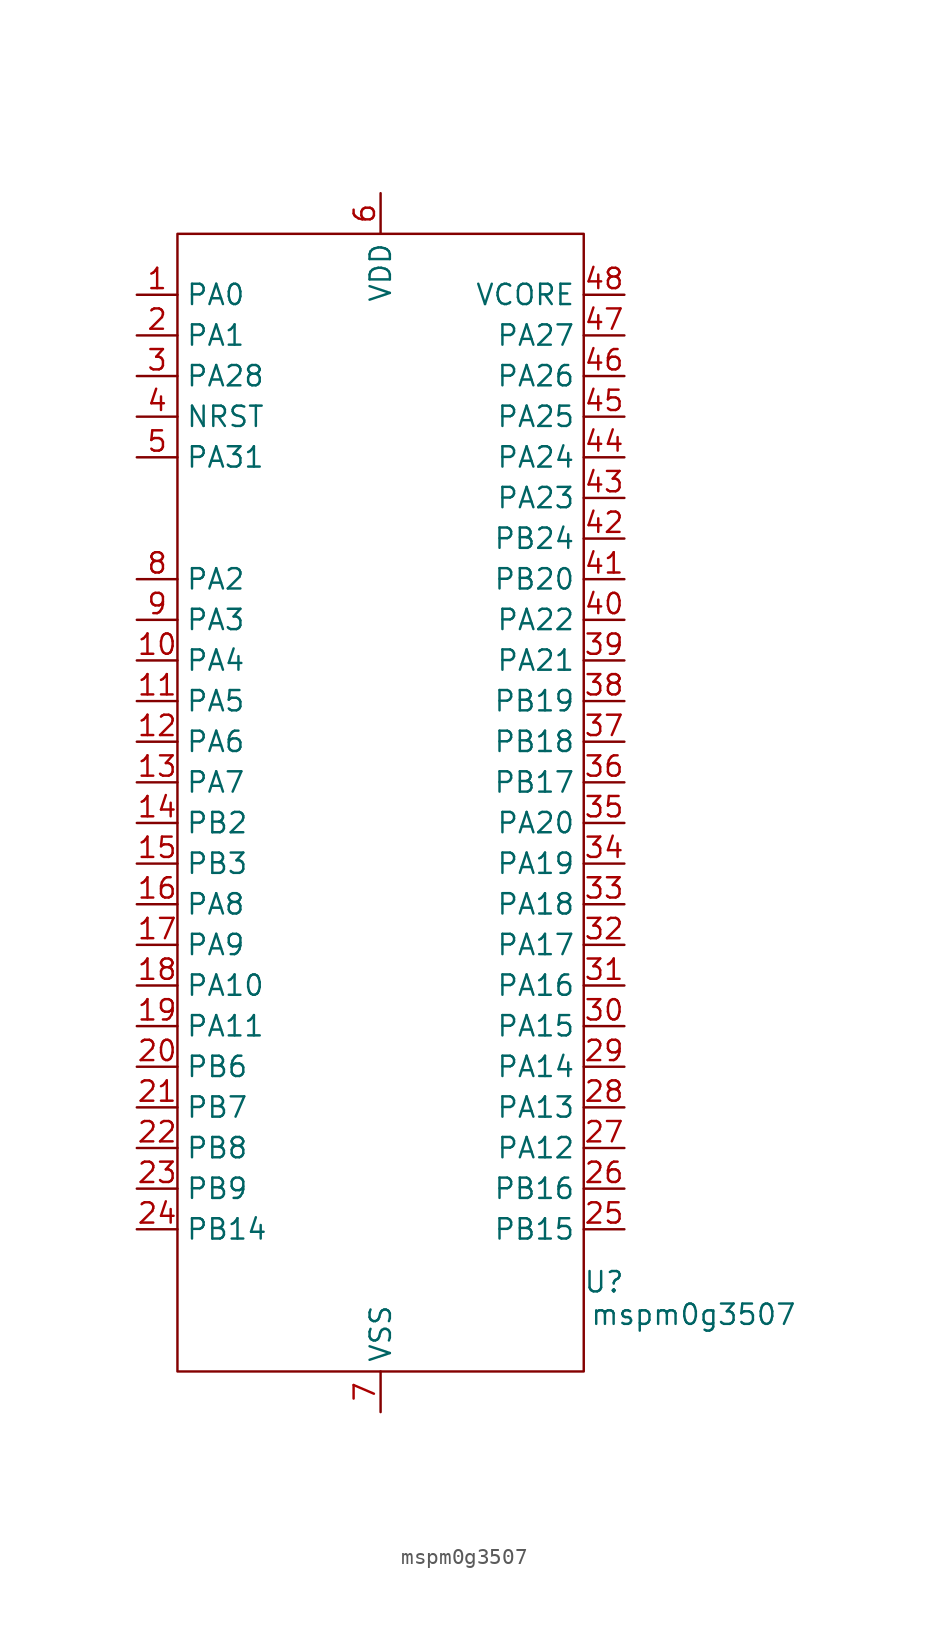
<source format=kicad_sym>
(kicad_symbol_lib
  (version 20241209)
  (generator "kicad_symbol_editor")
  (generator_version "9.0")
  (symbol "mspm0g3507"
    (property "Reference" "U"
      (at 13.97 -29.972 0)
      (effects (font (size 1.27 1.27))))
    (property "Value" "mspm0g3507"
      (at 19.558 -32.004 0)
      (effects (font (size 1.27 1.27))))
    (symbol "mspm0g3507_0_1"
      (rectangle (start -12.7 35.56) (end 12.7 -35.56) (stroke (width 0) (type default)) (fill (type none))))
    (symbol "mspm0g3507_1_1"
      (pin unspecified line (at -15.24 31.75 0) (length 2.54) (name "PA0" (effects (font (size 1.27 1.27)))) (number "1" (effects (font (size 1.27 1.27)))))
      (pin unspecified line (at -15.24 29.21 0) (length 2.54) (name "PA1" (effects (font (size 1.27 1.27)))) (number "2" (effects (font (size 1.27 1.27)))))
      (pin unspecified line (at -15.24 26.67 0) (length 2.54) (name "PA28" (effects (font (size 1.27 1.27)))) (number "3" (effects (font (size 1.27 1.27)))))
      (pin unspecified line (at -15.24 24.13 0) (length 2.54) (name "NRST" (effects (font (size 1.27 1.27)))) (number "4" (effects (font (size 1.27 1.27)))))
      (pin unspecified line (at -15.24 21.59 0) (length 2.54) (name "PA31" (effects (font (size 1.27 1.27)))) (number "5" (effects (font (size 1.27 1.27)))))
      (pin unspecified line (at -15.24 13.97 0) (length 2.54) (name "PA2" (effects (font (size 1.27 1.27)))) (number "8" (effects (font (size 1.27 1.27)))))
      (pin unspecified line (at -15.24 11.43 0) (length 2.54) (name "PA3" (effects (font (size 1.27 1.27)))) (number "9" (effects (font (size 1.27 1.27)))))
      (pin unspecified line (at -15.24 8.89 0) (length 2.54) (name "PA4" (effects (font (size 1.27 1.27)))) (number "10" (effects (font (size 1.27 1.27)))))
      (pin unspecified line (at -15.24 6.35 0) (length 2.54) (name "PA5" (effects (font (size 1.27 1.27)))) (number "11" (effects (font (size 1.27 1.27)))))
      (pin unspecified line (at -15.24 3.81 0) (length 2.54) (name "PA6" (effects (font (size 1.27 1.27)))) (number "12" (effects (font (size 1.27 1.27)))))
      (pin unspecified line (at -15.24 1.27 0) (length 2.54) (name "PA7" (effects (font (size 1.27 1.27)))) (number "13" (effects (font (size 1.27 1.27)))))
      (pin unspecified line (at -15.24 -1.27 0) (length 2.54) (name "PB2" (effects (font (size 1.27 1.27)))) (number "14" (effects (font (size 1.27 1.27)))))
      (pin unspecified line (at -15.24 -3.81 0) (length 2.54) (name "PB3" (effects (font (size 1.27 1.27)))) (number "15" (effects (font (size 1.27 1.27)))))
      (pin unspecified line (at -15.24 -6.35 0) (length 2.54) (name "PA8" (effects (font (size 1.27 1.27)))) (number "16" (effects (font (size 1.27 1.27)))))
      (pin unspecified line (at -15.24 -8.89 0) (length 2.54) (name "PA9" (effects (font (size 1.27 1.27)))) (number "17" (effects (font (size 1.27 1.27)))))
      (pin unspecified line (at -15.24 -11.43 0) (length 2.54) (name "PA10" (effects (font (size 1.27 1.27)))) (number "18" (effects (font (size 1.27 1.27)))))
      (pin unspecified line (at -15.24 -13.97 0) (length 2.54) (name "PA11" (effects (font (size 1.27 1.27)))) (number "19" (effects (font (size 1.27 1.27)))))
      (pin unspecified line (at -15.24 -16.51 0) (length 2.54) (name "PB6" (effects (font (size 1.27 1.27)))) (number "20" (effects (font (size 1.27 1.27)))))
      (pin unspecified line (at -15.24 -19.05 0) (length 2.54) (name "PB7" (effects (font (size 1.27 1.27)))) (number "21" (effects (font (size 1.27 1.27)))))
      (pin unspecified line (at -15.24 -21.59 0) (length 2.54) (name "PB8" (effects (font (size 1.27 1.27)))) (number "22" (effects (font (size 1.27 1.27)))))
      (pin unspecified line (at -15.24 -24.13 0) (length 2.54) (name "PB9" (effects (font (size 1.27 1.27)))) (number "23" (effects (font (size 1.27 1.27)))))
      (pin unspecified line (at -15.24 -26.67 0) (length 2.54) (name "PB14" (effects (font (size 1.27 1.27)))) (number "24" (effects (font (size 1.27 1.27)))))
      (pin unspecified line (at 0 38.1 270) (length 2.54) (name "VDD" (effects (font (size 1.27 1.27)))) (number "6" (effects (font (size 1.27 1.27)))))
      (pin unspecified line (at 0 -38.1 90) (length 2.54) (name "VSS" (effects (font (size 1.27 1.27)))) (number "7" (effects (font (size 1.27 1.27)))))
      (pin unspecified line (at 15.24 31.75 180) (length 2.54) (name "VCORE" (effects (font (size 1.27 1.27)))) (number "48" (effects (font (size 1.27 1.27)))))
      (pin unspecified line (at 15.24 29.21 180) (length 2.54) (name "PA27" (effects (font (size 1.27 1.27)))) (number "47" (effects (font (size 1.27 1.27)))))
      (pin unspecified line (at 15.24 26.67 180) (length 2.54) (name "PA26" (effects (font (size 1.27 1.27)))) (number "46" (effects (font (size 1.27 1.27)))))
      (pin unspecified line (at 15.24 24.13 180) (length 2.54) (name "PA25" (effects (font (size 1.27 1.27)))) (number "45" (effects (font (size 1.27 1.27)))))
      (pin unspecified line (at 15.24 21.59 180) (length 2.54) (name "PA24" (effects (font (size 1.27 1.27)))) (number "44" (effects (font (size 1.27 1.27)))))
      (pin unspecified line (at 15.24 19.05 180) (length 2.54) (name "PA23" (effects (font (size 1.27 1.27)))) (number "43" (effects (font (size 1.27 1.27)))))
      (pin unspecified line (at 15.24 16.51 180) (length 2.54) (name "PB24" (effects (font (size 1.27 1.27)))) (number "42" (effects (font (size 1.27 1.27)))))
      (pin unspecified line (at 15.24 13.97 180) (length 2.54) (name "PB20" (effects (font (size 1.27 1.27)))) (number "41" (effects (font (size 1.27 1.27)))))
      (pin unspecified line (at 15.24 11.43 180) (length 2.54) (name "PA22" (effects (font (size 1.27 1.27)))) (number "40" (effects (font (size 1.27 1.27)))))
      (pin unspecified line (at 15.24 8.89 180) (length 2.54) (name "PA21" (effects (font (size 1.27 1.27)))) (number "39" (effects (font (size 1.27 1.27)))))
      (pin unspecified line (at 15.24 6.35 180) (length 2.54) (name "PB19" (effects (font (size 1.27 1.27)))) (number "38" (effects (font (size 1.27 1.27)))))
      (pin unspecified line (at 15.24 3.81 180) (length 2.54) (name "PB18" (effects (font (size 1.27 1.27)))) (number "37" (effects (font (size 1.27 1.27)))))
      (pin unspecified line (at 15.24 1.27 180) (length 2.54) (name "PB17" (effects (font (size 1.27 1.27)))) (number "36" (effects (font (size 1.27 1.27)))))
      (pin unspecified line (at 15.24 -1.27 180) (length 2.54) (name "PA20" (effects (font (size 1.27 1.27)))) (number "35" (effects (font (size 1.27 1.27)))))
      (pin unspecified line (at 15.24 -3.81 180) (length 2.54) (name "PA19" (effects (font (size 1.27 1.27)))) (number "34" (effects (font (size 1.27 1.27)))))
      (pin unspecified line (at 15.24 -6.35 180) (length 2.54) (name "PA18" (effects (font (size 1.27 1.27)))) (number "33" (effects (font (size 1.27 1.27)))))
      (pin unspecified line (at 15.24 -8.89 180) (length 2.54) (name "PA17" (effects (font (size 1.27 1.27)))) (number "32" (effects (font (size 1.27 1.27)))))
      (pin unspecified line (at 15.24 -11.43 180) (length 2.54) (name "PA16" (effects (font (size 1.27 1.27)))) (number "31" (effects (font (size 1.27 1.27)))))
      (pin unspecified line (at 15.24 -13.97 180) (length 2.54) (name "PA15" (effects (font (size 1.27 1.27)))) (number "30" (effects (font (size 1.27 1.27)))))
      (pin unspecified line (at 15.24 -16.51 180) (length 2.54) (name "PA14" (effects (font (size 1.27 1.27)))) (number "29" (effects (font (size 1.27 1.27)))))
      (pin unspecified line (at 15.24 -19.05 180) (length 2.54) (name "PA13" (effects (font (size 1.27 1.27)))) (number "28" (effects (font (size 1.27 1.27)))))
      (pin unspecified line (at 15.24 -21.59 180) (length 2.54) (name "PA12" (effects (font (size 1.27 1.27)))) (number "27" (effects (font (size 1.27 1.27)))))
      (pin unspecified line (at 15.24 -24.13 180) (length 2.54) (name "PB16" (effects (font (size 1.27 1.27)))) (number "26" (effects (font (size 1.27 1.27)))))
      (pin unspecified line (at 15.24 -26.67 180) (length 2.54) (name "PB15" (effects (font (size 1.27 1.27)))) (number "25" (effects (font (size 1.27 1.27))))))))
</source>
